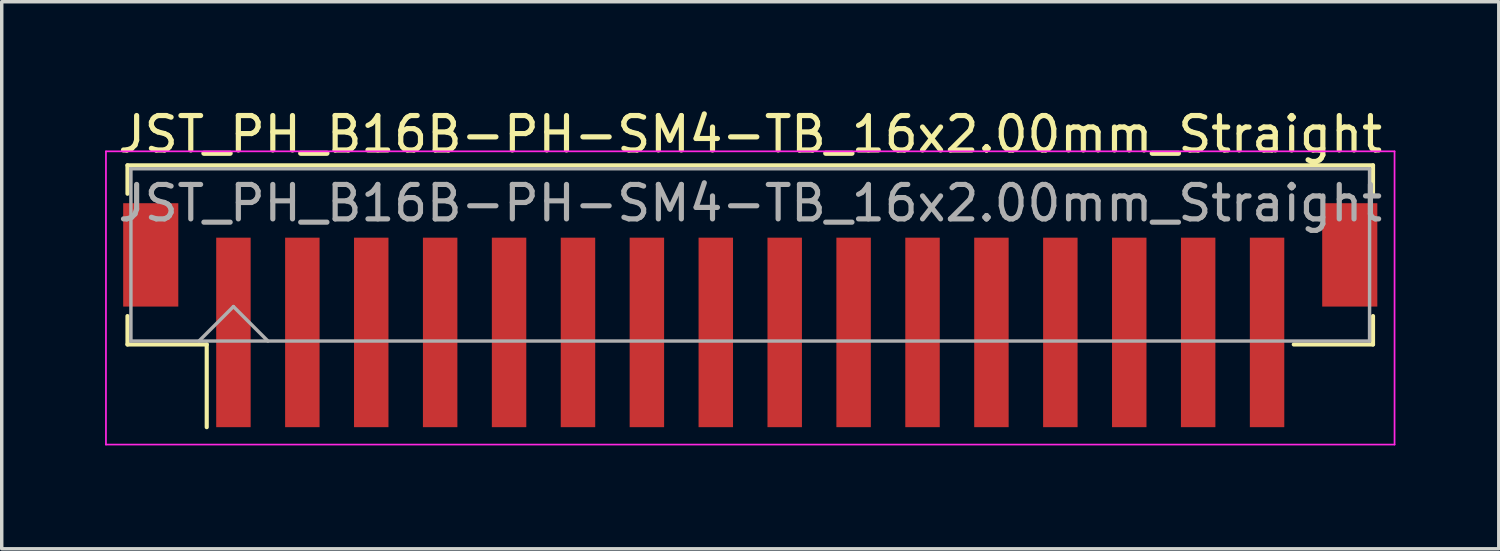
<source format=kicad_pcb>
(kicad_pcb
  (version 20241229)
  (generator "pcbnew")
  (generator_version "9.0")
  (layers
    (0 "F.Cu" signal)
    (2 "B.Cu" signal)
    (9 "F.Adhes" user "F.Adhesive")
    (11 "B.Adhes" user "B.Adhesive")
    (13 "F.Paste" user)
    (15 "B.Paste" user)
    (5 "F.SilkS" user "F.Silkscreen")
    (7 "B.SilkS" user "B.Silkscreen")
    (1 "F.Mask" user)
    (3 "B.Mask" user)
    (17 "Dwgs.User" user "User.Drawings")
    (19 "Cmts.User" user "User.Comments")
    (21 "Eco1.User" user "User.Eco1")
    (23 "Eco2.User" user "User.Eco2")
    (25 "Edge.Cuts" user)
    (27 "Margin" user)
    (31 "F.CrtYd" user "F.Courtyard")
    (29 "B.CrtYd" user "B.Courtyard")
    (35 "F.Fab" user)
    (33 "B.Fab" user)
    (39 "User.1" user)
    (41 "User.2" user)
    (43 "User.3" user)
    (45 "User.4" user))
  (footprint "JST_PH_B16B-PH-SM4-TB_16x2.00mm_Straight"
    (layer "F.Cu")
    (at 18.725 5.473)
    (property "Reference" "JST_PH_B16B-PH-SM4-TB_16x2.00mm_Straight" (at 0 -4.625 0) (layer "F.SilkS") (effects (font (size 1 1) (thickness 0.15))))
    (attr smd)
    (fp_line (start -18.075 -3.725) (end 18.075 -3.725) (stroke (width 0.12) (type solid)) (layer "F.SilkS"))
    (fp_line (start -18.075 -2.9) (end -18.075 -3.725) (stroke (width 0.12) (type solid)) (layer "F.SilkS"))
    (fp_line (start -18.075 0.65) (end -18.075 1.475) (stroke (width 0.12) (type solid)) (layer "F.SilkS"))
    (fp_line (start -18.075 1.475) (end -15.775 1.475) (stroke (width 0.12) (type solid)) (layer "F.SilkS"))
    (fp_line (start -15.775 1.475) (end -15.775 3.875) (stroke (width 0.12) (type solid)) (layer "F.SilkS"))
    (fp_line (start 18.075 -3.725) (end 18.075 -2.9) (stroke (width 0.12) (type solid)) (layer "F.SilkS"))
    (fp_line (start 18.075 0.65) (end 18.075 1.475) (stroke (width 0.12) (type solid)) (layer "F.SilkS"))
    (fp_line (start 18.075 1.475) (end 15.775 1.475) (stroke (width 0.12) (type solid)) (layer "F.SilkS"))
    (fp_line (start -18.7 -4.13) (end -18.7 4.38) (stroke (width 0.05) (type solid)) (layer "F.CrtYd"))
    (fp_line (start -18.7 4.38) (end 18.7 4.38) (stroke (width 0.05) (type solid)) (layer "F.CrtYd"))
    (fp_line (start 18.7 -4.13) (end -18.7 -4.13) (stroke (width 0.05) (type solid)) (layer "F.CrtYd"))
    (fp_line (start 18.7 4.38) (end 18.7 -4.13) (stroke (width 0.05) (type solid)) (layer "F.CrtYd"))
    (fp_line (start -17.975 -3.625) (end -17.975 1.375) (stroke (width 0.1) (type solid)) (layer "F.Fab"))
    (fp_line (start -17.975 1.375) (end 17.975 1.375) (stroke (width 0.1) (type solid)) (layer "F.Fab"))
    (fp_line (start -16 1.375) (end -15 0.375) (stroke (width 0.1) (type solid)) (layer "F.Fab"))
    (fp_line (start -15 0.375) (end -14 1.375) (stroke (width 0.1) (type solid)) (layer "F.Fab"))
    (fp_line (start 17.975 -3.625) (end -17.975 -3.625) (stroke (width 0.1) (type solid)) (layer "F.Fab"))
    (fp_line (start 17.975 1.375) (end 17.975 -3.625) (stroke (width 0.1) (type solid)) (layer "F.Fab"))
    (fp_text user "${REFERENCE}" (at 0 -2.625 0) (layer "F.Fab") (effects (font (size 1 1) (thickness 0.15))))
    (pad "" smd rect (at -17.4 -1.125) (size 1.6 3) (layers "F.Cu" "F.Mask" "F.Paste"))
    (pad "" smd rect (at 17.4 -1.125) (size 1.6 3) (layers "F.Cu" "F.Mask" "F.Paste"))
    (pad "1" smd rect (at -15 1.125) (size 1 5.5) (layers "F.Cu" "F.Mask" "F.Paste"))
    (pad "2" smd rect (at -13 1.125) (size 1 5.5) (layers "F.Cu" "F.Mask" "F.Paste"))
    (pad "3" smd rect (at -11 1.125) (size 1 5.5) (layers "F.Cu" "F.Mask" "F.Paste"))
    (pad "4" smd rect (at -9 1.125) (size 1 5.5) (layers "F.Cu" "F.Mask" "F.Paste"))
    (pad "5" smd rect (at -7 1.125) (size 1 5.5) (layers "F.Cu" "F.Mask" "F.Paste"))
    (pad "6" smd rect (at -5 1.125) (size 1 5.5) (layers "F.Cu" "F.Mask" "F.Paste"))
    (pad "7" smd rect (at -3 1.125) (size 1 5.5) (layers "F.Cu" "F.Mask" "F.Paste"))
    (pad "8" smd rect (at -1 1.125) (size 1 5.5) (layers "F.Cu" "F.Mask" "F.Paste"))
    (pad "9" smd rect (at 1 1.125) (size 1 5.5) (layers "F.Cu" "F.Mask" "F.Paste"))
    (pad "10" smd rect (at 3 1.125) (size 1 5.5) (layers "F.Cu" "F.Mask" "F.Paste"))
    (pad "11" smd rect (at 5 1.125) (size 1 5.5) (layers "F.Cu" "F.Mask" "F.Paste"))
    (pad "12" smd rect (at 7 1.125) (size 1 5.5) (layers "F.Cu" "F.Mask" "F.Paste"))
    (pad "13" smd rect (at 9 1.125) (size 1 5.5) (layers "F.Cu" "F.Mask" "F.Paste"))
    (pad "14" smd rect (at 11 1.125) (size 1 5.5) (layers "F.Cu" "F.Mask" "F.Paste"))
    (pad "15" smd rect (at 13 1.125) (size 1 5.5) (layers "F.Cu" "F.Mask" "F.Paste"))
    (pad "16" smd rect (at 15 1.125) (size 1 5.5) (layers "F.Cu" "F.Mask" "F.Paste")))
  (gr_rect
    (start -3 -3)
    (end 40.45 12.878)
    (stroke (width 0.1) (type default))
    (fill no)
    (layer "Edge.Cuts")))
</source>
